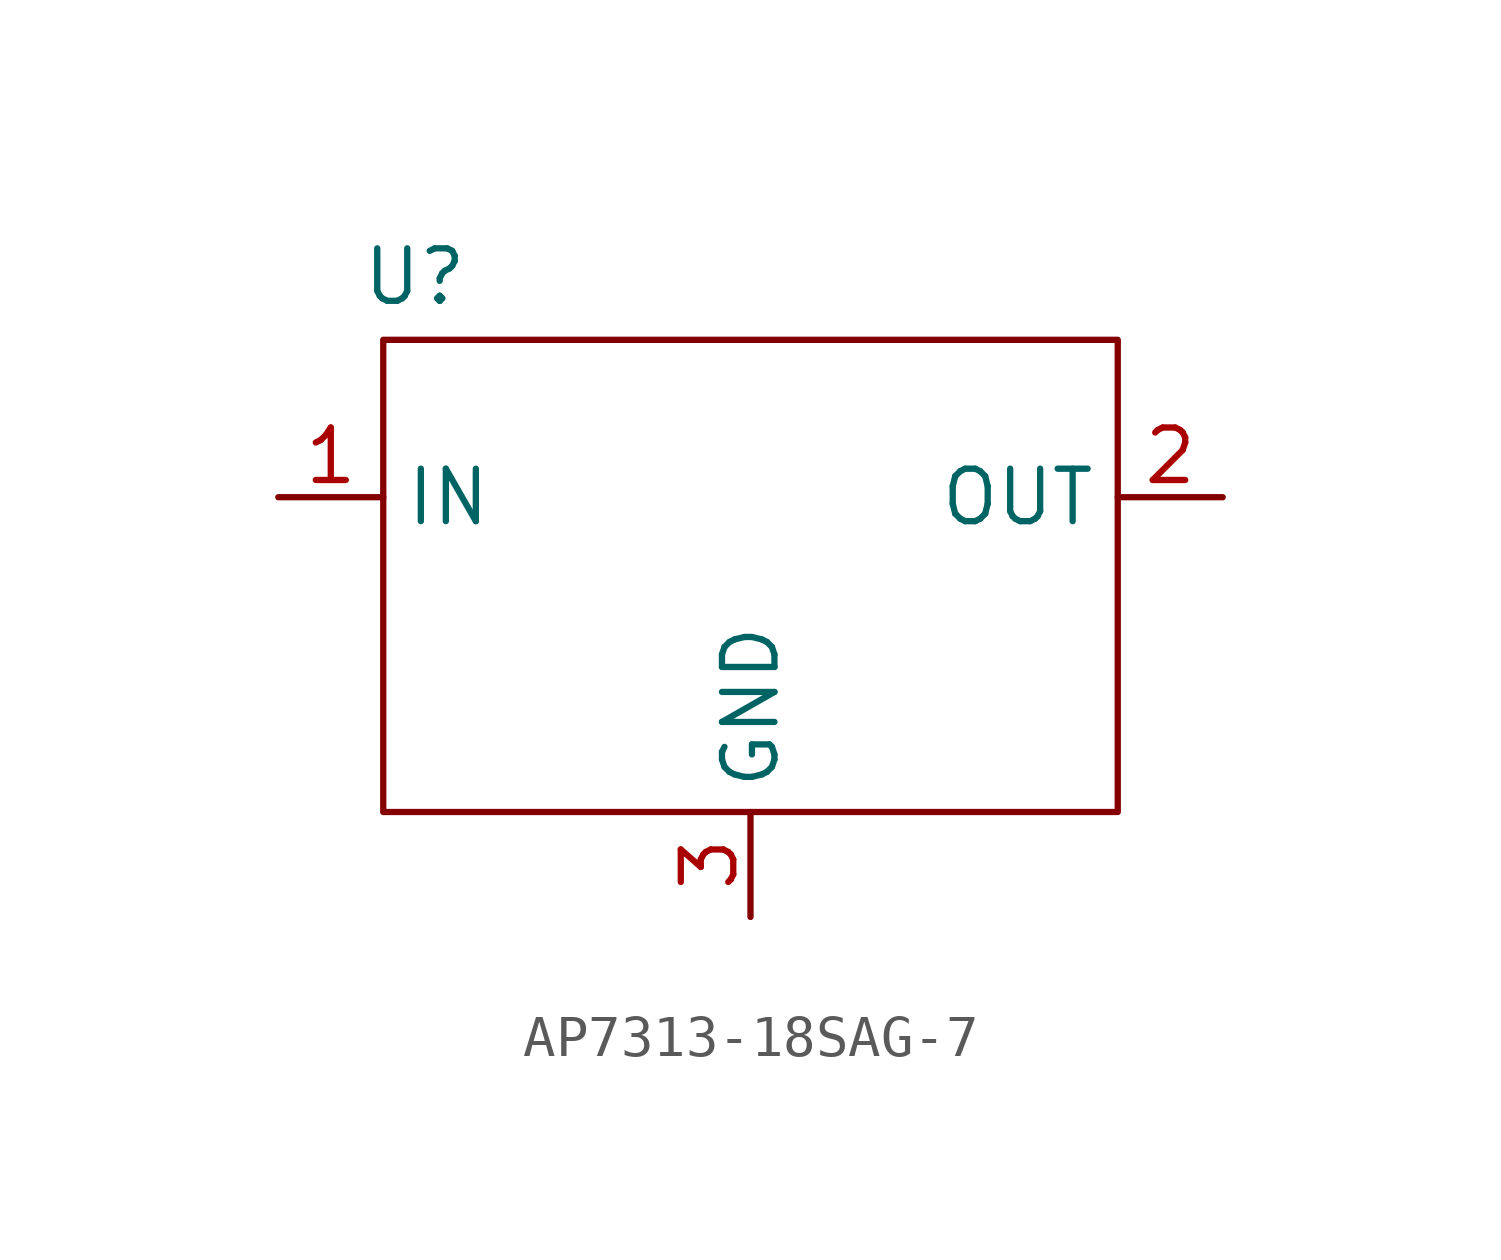
<source format=kicad_sym>
(kicad_symbol_lib
  (version 20231120)
  (generator "kicad_symbol_editor")
  (generator_version "8.0")
  (symbol "AP7313-18SAG-7"
    (property "Reference" "U"
      (at 2.032 11.684 0)
      (effects (font (size 1.27 1.27))))
    (property "Value" ""
      (at 0 0 0)
      (effects (font (size 1.27 1.27))))
    (symbol "AP7313-18SAG-7_0_1"
      (rectangle (start 1.27 10.16) (end 19.05 -1.27) (stroke (width 0) (type default)) (fill (type none))))
    (symbol "AP7313-18SAG-7_1_1"
      (pin input line (at -1.27 6.35 0) (length 2.54) (name "IN" (effects (font (size 1.27 1.27)))) (number "1" (effects (font (size 1.27 1.27)))))
      (pin output line (at 21.59 6.35 180) (length 2.54) (name "OUT" (effects (font (size 1.27 1.27)))) (number "2" (effects (font (size 1.27 1.27)))))
      (pin power_in line (at 10.16 -3.81 90) (length 2.54) (name "GND" (effects (font (size 1.27 1.27)))) (number "3" (effects (font (size 1.27 1.27))))))))
</source>
